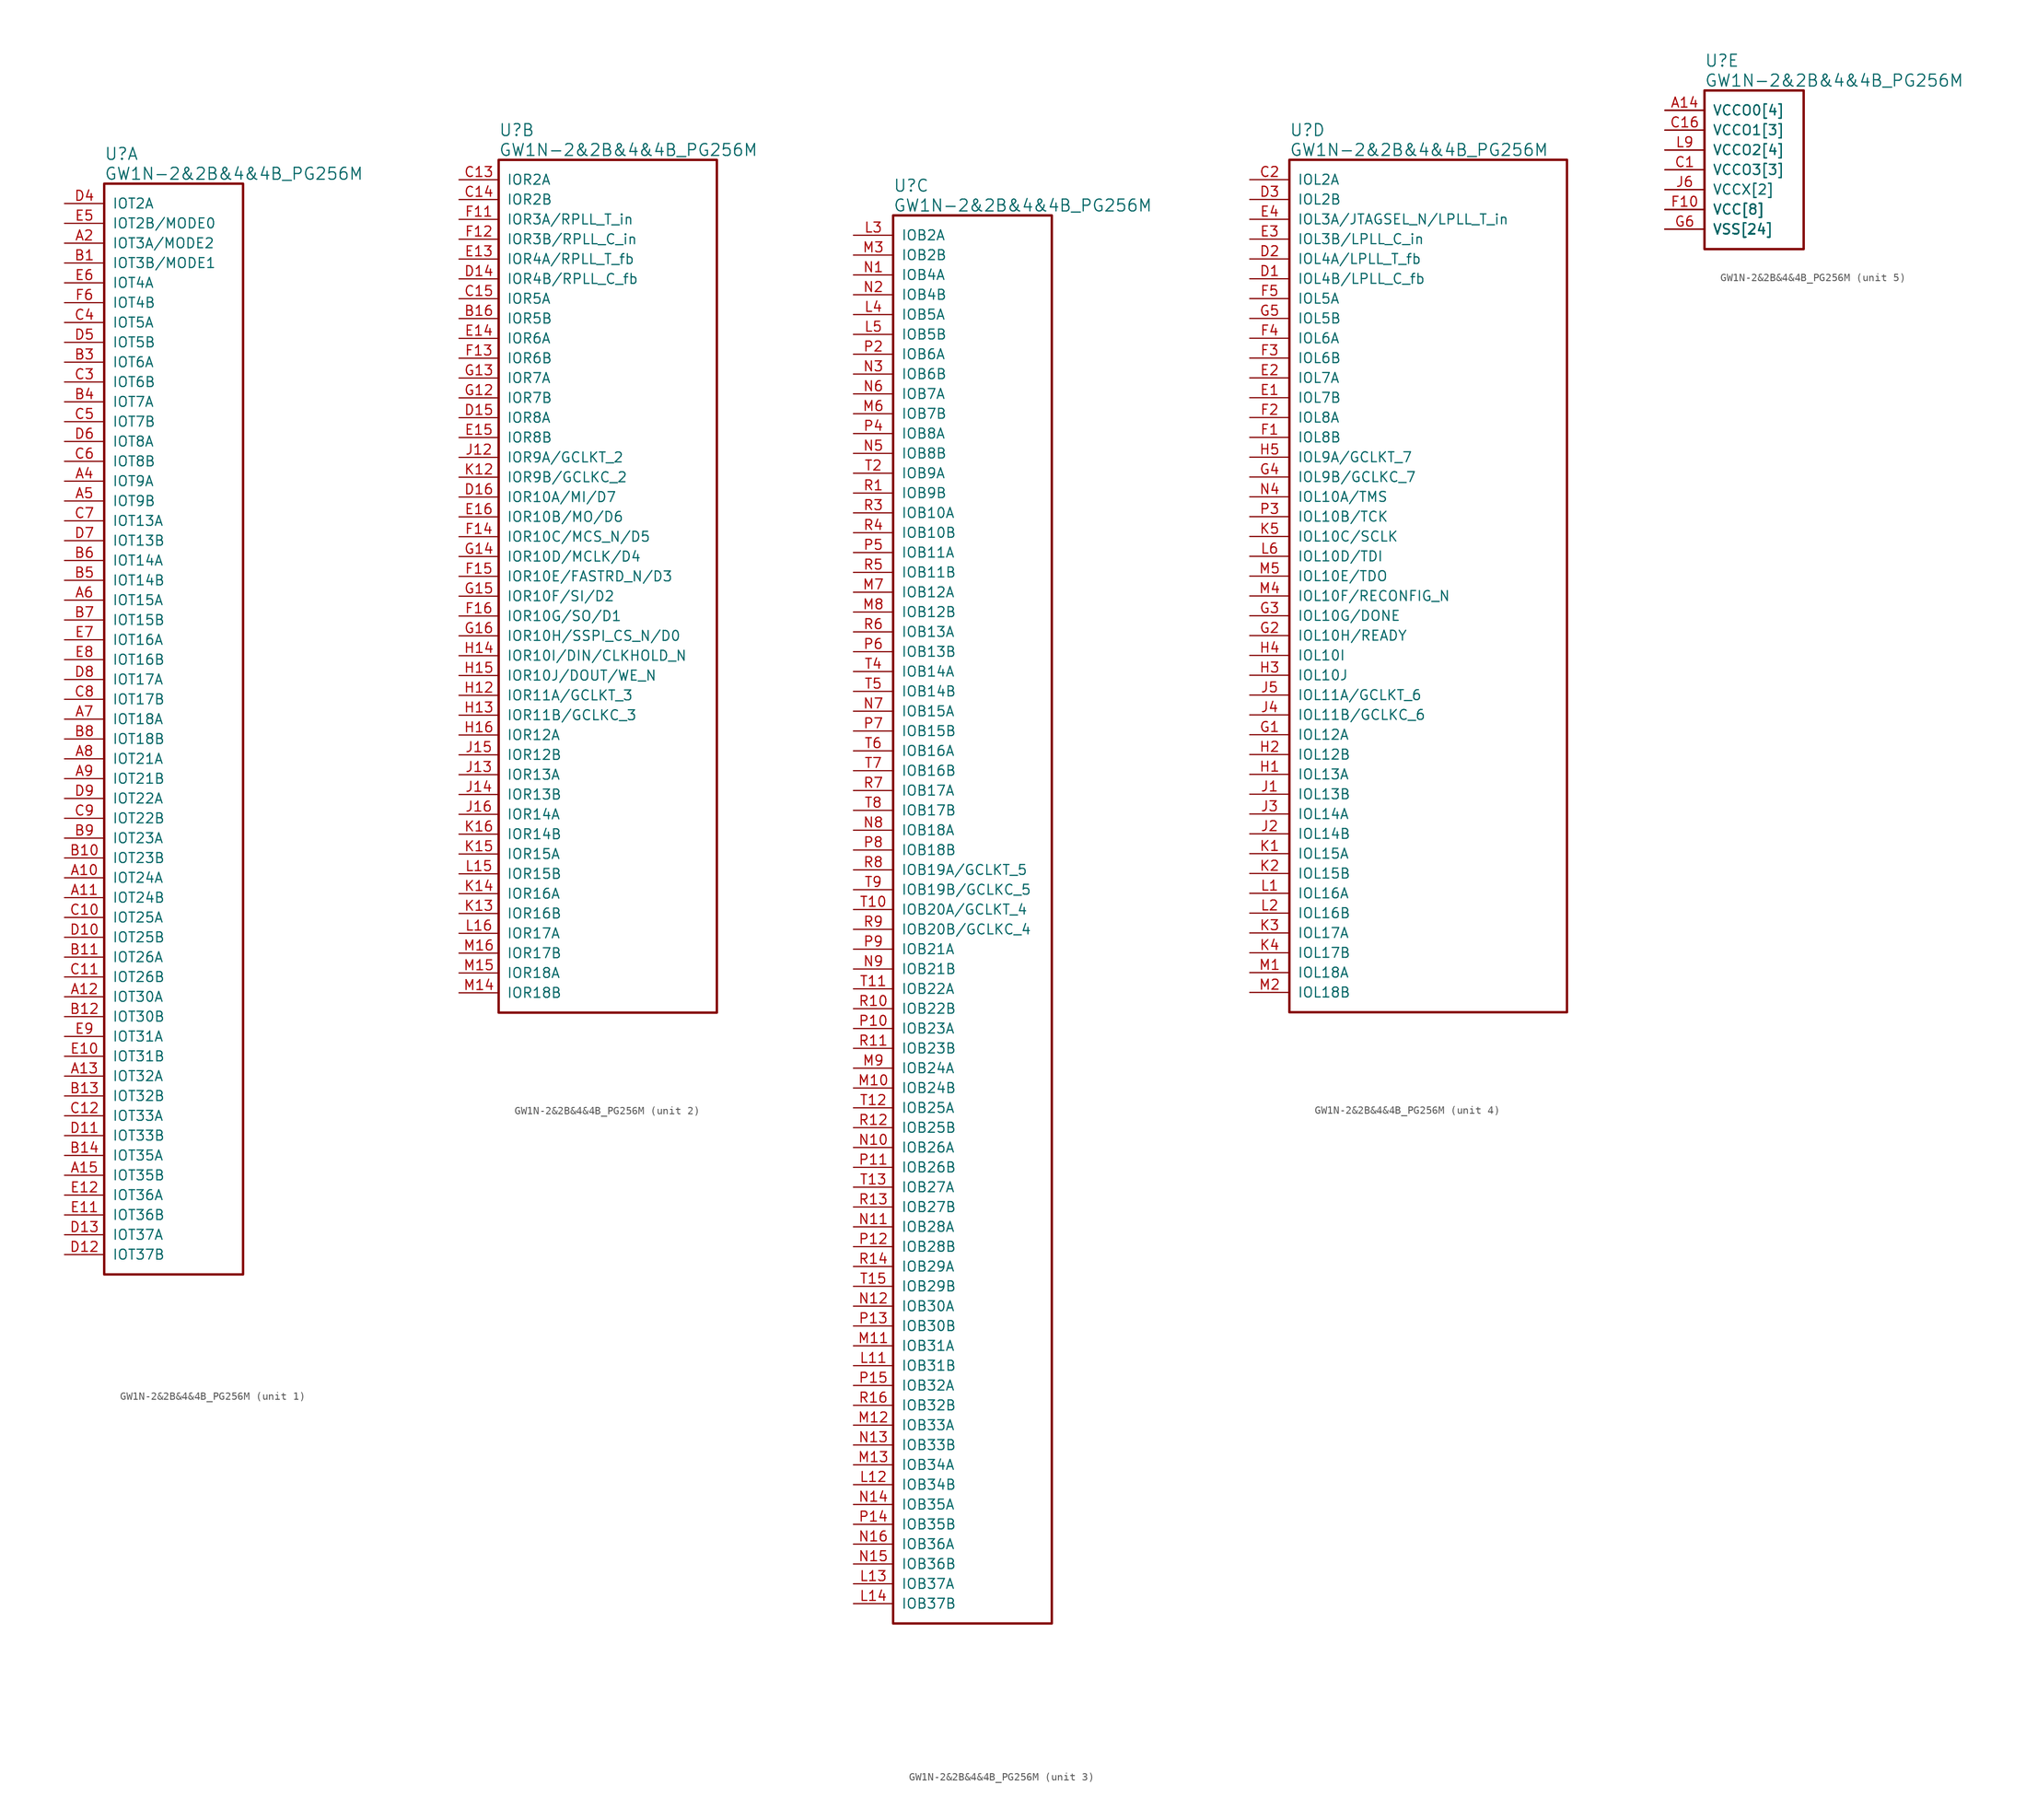
<source format=kicad_sym>
(kicad_symbol_lib
  (version 20211014)
  (generator kicad_symbol_editor)
  (symbol "GW1N-2&2B&4&4B_PG256M"
    (pin_names
      (offset 1.016))
    (property "Reference" "U"
      (at 5.08 6.35 0)
      (effects (font (size 1.524 1.524)) (justify left)))
    (property "Value" "GW1N-2&2B&4&4B_PG256M"
      (at 5.08 3.81 0)
      (effects (font (size 1.524 1.524)) (justify left)))
    (property "ki_locked" ""
      (at 0 0 0)
      (effects (font (size 1.27 1.27))))
    (symbol "GW1N-2&2B&4&4B_PG256M_1_1"
      (rectangle (start 5.08 2.54) (end 22.86 -137.16) (stroke (width 0.305) (type default) (color 0 0 0 0)) (fill (type none)))
      (pin bidirectional line (at 0 -86.36 0) (length 5.08) (name "IOT24A" (effects (font (size 1.27 1.27)))) (number "A10" (effects (font (size 1.27 1.27)))))
      (pin bidirectional line (at 0 -88.9 0) (length 5.08) (name "IOT24B" (effects (font (size 1.27 1.27)))) (number "A11" (effects (font (size 1.27 1.27)))))
      (pin bidirectional line (at 0 -101.6 0) (length 5.08) (name "IOT30A" (effects (font (size 1.27 1.27)))) (number "A12" (effects (font (size 1.27 1.27)))))
      (pin bidirectional line (at 0 -111.76 0) (length 5.08) (name "IOT32A" (effects (font (size 1.27 1.27)))) (number "A13" (effects (font (size 1.27 1.27)))))
      (pin bidirectional line (at 0 -124.46 0) (length 5.08) (name "IOT35B" (effects (font (size 1.27 1.27)))) (number "A15" (effects (font (size 1.27 1.27)))))
      (pin bidirectional line (at 0 -5.08 0) (length 5.08) (name "IOT3A/MODE2" (effects (font (size 1.27 1.27)))) (number "A2" (effects (font (size 1.27 1.27)))))
      (pin bidirectional line (at 0 -35.56 0) (length 5.08) (name "IOT9A" (effects (font (size 1.27 1.27)))) (number "A4" (effects (font (size 1.27 1.27)))))
      (pin bidirectional line (at 0 -38.1 0) (length 5.08) (name "IOT9B" (effects (font (size 1.27 1.27)))) (number "A5" (effects (font (size 1.27 1.27)))))
      (pin bidirectional line (at 0 -50.8 0) (length 5.08) (name "IOT15A" (effects (font (size 1.27 1.27)))) (number "A6" (effects (font (size 1.27 1.27)))))
      (pin bidirectional line (at 0 -66.04 0) (length 5.08) (name "IOT18A" (effects (font (size 1.27 1.27)))) (number "A7" (effects (font (size 1.27 1.27)))))
      (pin bidirectional line (at 0 -71.12 0) (length 5.08) (name "IOT21A" (effects (font (size 1.27 1.27)))) (number "A8" (effects (font (size 1.27 1.27)))))
      (pin bidirectional line (at 0 -73.66 0) (length 5.08) (name "IOT21B" (effects (font (size 1.27 1.27)))) (number "A9" (effects (font (size 1.27 1.27)))))
      (pin bidirectional line (at 0 -7.62 0) (length 5.08) (name "IOT3B/MODE1" (effects (font (size 1.27 1.27)))) (number "B1" (effects (font (size 1.27 1.27)))))
      (pin bidirectional line (at 0 -83.82 0) (length 5.08) (name "IOT23B" (effects (font (size 1.27 1.27)))) (number "B10" (effects (font (size 1.27 1.27)))))
      (pin bidirectional line (at 0 -96.52 0) (length 5.08) (name "IOT26A" (effects (font (size 1.27 1.27)))) (number "B11" (effects (font (size 1.27 1.27)))))
      (pin bidirectional line (at 0 -104.14 0) (length 5.08) (name "IOT30B" (effects (font (size 1.27 1.27)))) (number "B12" (effects (font (size 1.27 1.27)))))
      (pin bidirectional line (at 0 -114.3 0) (length 5.08) (name "IOT32B" (effects (font (size 1.27 1.27)))) (number "B13" (effects (font (size 1.27 1.27)))))
      (pin bidirectional line (at 0 -121.92 0) (length 5.08) (name "IOT35A" (effects (font (size 1.27 1.27)))) (number "B14" (effects (font (size 1.27 1.27)))))
      (pin bidirectional line (at 0 -20.32 0) (length 5.08) (name "IOT6A" (effects (font (size 1.27 1.27)))) (number "B3" (effects (font (size 1.27 1.27)))))
      (pin bidirectional line (at 0 -25.4 0) (length 5.08) (name "IOT7A" (effects (font (size 1.27 1.27)))) (number "B4" (effects (font (size 1.27 1.27)))))
      (pin bidirectional line (at 0 -48.26 0) (length 5.08) (name "IOT14B" (effects (font (size 1.27 1.27)))) (number "B5" (effects (font (size 1.27 1.27)))))
      (pin bidirectional line (at 0 -45.72 0) (length 5.08) (name "IOT14A" (effects (font (size 1.27 1.27)))) (number "B6" (effects (font (size 1.27 1.27)))))
      (pin bidirectional line (at 0 -53.34 0) (length 5.08) (name "IOT15B" (effects (font (size 1.27 1.27)))) (number "B7" (effects (font (size 1.27 1.27)))))
      (pin bidirectional line (at 0 -68.58 0) (length 5.08) (name "IOT18B" (effects (font (size 1.27 1.27)))) (number "B8" (effects (font (size 1.27 1.27)))))
      (pin bidirectional line (at 0 -81.28 0) (length 5.08) (name "IOT23A" (effects (font (size 1.27 1.27)))) (number "B9" (effects (font (size 1.27 1.27)))))
      (pin bidirectional line (at 0 -91.44 0) (length 5.08) (name "IOT25A" (effects (font (size 1.27 1.27)))) (number "C10" (effects (font (size 1.27 1.27)))))
      (pin bidirectional line (at 0 -99.06 0) (length 5.08) (name "IOT26B" (effects (font (size 1.27 1.27)))) (number "C11" (effects (font (size 1.27 1.27)))))
      (pin bidirectional line (at 0 -116.84 0) (length 5.08) (name "IOT33A" (effects (font (size 1.27 1.27)))) (number "C12" (effects (font (size 1.27 1.27)))))
      (pin bidirectional line (at 0 -22.86 0) (length 5.08) (name "IOT6B" (effects (font (size 1.27 1.27)))) (number "C3" (effects (font (size 1.27 1.27)))))
      (pin bidirectional line (at 0 -15.24 0) (length 5.08) (name "IOT5A" (effects (font (size 1.27 1.27)))) (number "C4" (effects (font (size 1.27 1.27)))))
      (pin bidirectional line (at 0 -27.94 0) (length 5.08) (name "IOT7B" (effects (font (size 1.27 1.27)))) (number "C5" (effects (font (size 1.27 1.27)))))
      (pin bidirectional line (at 0 -33.02 0) (length 5.08) (name "IOT8B" (effects (font (size 1.27 1.27)))) (number "C6" (effects (font (size 1.27 1.27)))))
      (pin bidirectional line (at 0 -40.64 0) (length 5.08) (name "IOT13A" (effects (font (size 1.27 1.27)))) (number "C7" (effects (font (size 1.27 1.27)))))
      (pin bidirectional line (at 0 -63.5 0) (length 5.08) (name "IOT17B" (effects (font (size 1.27 1.27)))) (number "C8" (effects (font (size 1.27 1.27)))))
      (pin bidirectional line (at 0 -78.74 0) (length 5.08) (name "IOT22B" (effects (font (size 1.27 1.27)))) (number "C9" (effects (font (size 1.27 1.27)))))
      (pin bidirectional line (at 0 -93.98 0) (length 5.08) (name "IOT25B" (effects (font (size 1.27 1.27)))) (number "D10" (effects (font (size 1.27 1.27)))))
      (pin bidirectional line (at 0 -119.38 0) (length 5.08) (name "IOT33B" (effects (font (size 1.27 1.27)))) (number "D11" (effects (font (size 1.27 1.27)))))
      (pin bidirectional line (at 0 -134.62 0) (length 5.08) (name "IOT37B" (effects (font (size 1.27 1.27)))) (number "D12" (effects (font (size 1.27 1.27)))))
      (pin bidirectional line (at 0 -132.08 0) (length 5.08) (name "IOT37A" (effects (font (size 1.27 1.27)))) (number "D13" (effects (font (size 1.27 1.27)))))
      (pin bidirectional line (at 0 0 0) (length 5.08) (name "IOT2A" (effects (font (size 1.27 1.27)))) (number "D4" (effects (font (size 1.27 1.27)))))
      (pin bidirectional line (at 0 -17.78 0) (length 5.08) (name "IOT5B" (effects (font (size 1.27 1.27)))) (number "D5" (effects (font (size 1.27 1.27)))))
      (pin bidirectional line (at 0 -30.48 0) (length 5.08) (name "IOT8A" (effects (font (size 1.27 1.27)))) (number "D6" (effects (font (size 1.27 1.27)))))
      (pin bidirectional line (at 0 -43.18 0) (length 5.08) (name "IOT13B" (effects (font (size 1.27 1.27)))) (number "D7" (effects (font (size 1.27 1.27)))))
      (pin bidirectional line (at 0 -60.96 0) (length 5.08) (name "IOT17A" (effects (font (size 1.27 1.27)))) (number "D8" (effects (font (size 1.27 1.27)))))
      (pin bidirectional line (at 0 -76.2 0) (length 5.08) (name "IOT22A" (effects (font (size 1.27 1.27)))) (number "D9" (effects (font (size 1.27 1.27)))))
      (pin bidirectional line (at 0 -109.22 0) (length 5.08) (name "IOT31B" (effects (font (size 1.27 1.27)))) (number "E10" (effects (font (size 1.27 1.27)))))
      (pin bidirectional line (at 0 -129.54 0) (length 5.08) (name "IOT36B" (effects (font (size 1.27 1.27)))) (number "E11" (effects (font (size 1.27 1.27)))))
      (pin bidirectional line (at 0 -127 0) (length 5.08) (name "IOT36A" (effects (font (size 1.27 1.27)))) (number "E12" (effects (font (size 1.27 1.27)))))
      (pin bidirectional line (at 0 -2.54 0) (length 5.08) (name "IOT2B/MODE0" (effects (font (size 1.27 1.27)))) (number "E5" (effects (font (size 1.27 1.27)))))
      (pin bidirectional line (at 0 -10.16 0) (length 5.08) (name "IOT4A" (effects (font (size 1.27 1.27)))) (number "E6" (effects (font (size 1.27 1.27)))))
      (pin bidirectional line (at 0 -55.88 0) (length 5.08) (name "IOT16A" (effects (font (size 1.27 1.27)))) (number "E7" (effects (font (size 1.27 1.27)))))
      (pin bidirectional line (at 0 -58.42 0) (length 5.08) (name "IOT16B" (effects (font (size 1.27 1.27)))) (number "E8" (effects (font (size 1.27 1.27)))))
      (pin bidirectional line (at 0 -106.68 0) (length 5.08) (name "IOT31A" (effects (font (size 1.27 1.27)))) (number "E9" (effects (font (size 1.27 1.27)))))
      (pin bidirectional line (at 0 -12.7 0) (length 5.08) (name "IOT4B" (effects (font (size 1.27 1.27)))) (number "F6" (effects (font (size 1.27 1.27))))))
    (symbol "GW1N-2&2B&4&4B_PG256M_2_1"
      (rectangle (start 5.08 2.54) (end 33.02 -106.68) (stroke (width 0.305) (type default) (color 0 0 0 0)) (fill (type none)))
      (pin bidirectional line (at 0 -17.78 0) (length 5.08) (name "IOR5B" (effects (font (size 1.27 1.27)))) (number "B16" (effects (font (size 1.27 1.27)))))
      (pin bidirectional line (at 0 0 0) (length 5.08) (name "IOR2A" (effects (font (size 1.27 1.27)))) (number "C13" (effects (font (size 1.27 1.27)))))
      (pin bidirectional line (at 0 -2.54 0) (length 5.08) (name "IOR2B" (effects (font (size 1.27 1.27)))) (number "C14" (effects (font (size 1.27 1.27)))))
      (pin bidirectional line (at 0 -15.24 0) (length 5.08) (name "IOR5A" (effects (font (size 1.27 1.27)))) (number "C15" (effects (font (size 1.27 1.27)))))
      (pin bidirectional line (at 0 -12.7 0) (length 5.08) (name "IOR4B/RPLL_C_fb" (effects (font (size 1.27 1.27)))) (number "D14" (effects (font (size 1.27 1.27)))))
      (pin bidirectional line (at 0 -30.48 0) (length 5.08) (name "IOR8A" (effects (font (size 1.27 1.27)))) (number "D15" (effects (font (size 1.27 1.27)))))
      (pin bidirectional line (at 0 -40.64 0) (length 5.08) (name "IOR10A/MI/D7" (effects (font (size 1.27 1.27)))) (number "D16" (effects (font (size 1.27 1.27)))))
      (pin bidirectional line (at 0 -10.16 0) (length 5.08) (name "IOR4A/RPLL_T_fb" (effects (font (size 1.27 1.27)))) (number "E13" (effects (font (size 1.27 1.27)))))
      (pin bidirectional line (at 0 -20.32 0) (length 5.08) (name "IOR6A" (effects (font (size 1.27 1.27)))) (number "E14" (effects (font (size 1.27 1.27)))))
      (pin bidirectional line (at 0 -33.02 0) (length 5.08) (name "IOR8B" (effects (font (size 1.27 1.27)))) (number "E15" (effects (font (size 1.27 1.27)))))
      (pin bidirectional line (at 0 -43.18 0) (length 5.08) (name "IOR10B/MO/D6" (effects (font (size 1.27 1.27)))) (number "E16" (effects (font (size 1.27 1.27)))))
      (pin bidirectional line (at 0 -5.08 0) (length 5.08) (name "IOR3A/RPLL_T_in" (effects (font (size 1.27 1.27)))) (number "F11" (effects (font (size 1.27 1.27)))))
      (pin bidirectional line (at 0 -7.62 0) (length 5.08) (name "IOR3B/RPLL_C_in" (effects (font (size 1.27 1.27)))) (number "F12" (effects (font (size 1.27 1.27)))))
      (pin bidirectional line (at 0 -22.86 0) (length 5.08) (name "IOR6B" (effects (font (size 1.27 1.27)))) (number "F13" (effects (font (size 1.27 1.27)))))
      (pin bidirectional line (at 0 -45.72 0) (length 5.08) (name "IOR10C/MCS_N/D5" (effects (font (size 1.27 1.27)))) (number "F14" (effects (font (size 1.27 1.27)))))
      (pin bidirectional line (at 0 -50.8 0) (length 5.08) (name "IOR10E/FASTRD_N/D3" (effects (font (size 1.27 1.27)))) (number "F15" (effects (font (size 1.27 1.27)))))
      (pin bidirectional line (at 0 -55.88 0) (length 5.08) (name "IOR10G/SO/D1" (effects (font (size 1.27 1.27)))) (number "F16" (effects (font (size 1.27 1.27)))))
      (pin bidirectional line (at 0 -27.94 0) (length 5.08) (name "IOR7B" (effects (font (size 1.27 1.27)))) (number "G12" (effects (font (size 1.27 1.27)))))
      (pin bidirectional line (at 0 -25.4 0) (length 5.08) (name "IOR7A" (effects (font (size 1.27 1.27)))) (number "G13" (effects (font (size 1.27 1.27)))))
      (pin bidirectional line (at 0 -48.26 0) (length 5.08) (name "IOR10D/MCLK/D4" (effects (font (size 1.27 1.27)))) (number "G14" (effects (font (size 1.27 1.27)))))
      (pin bidirectional line (at 0 -53.34 0) (length 5.08) (name "IOR10F/SI/D2" (effects (font (size 1.27 1.27)))) (number "G15" (effects (font (size 1.27 1.27)))))
      (pin bidirectional line (at 0 -58.42 0) (length 5.08) (name "IOR10H/SSPI_CS_N/D0" (effects (font (size 1.27 1.27)))) (number "G16" (effects (font (size 1.27 1.27)))))
      (pin bidirectional line (at 0 -66.04 0) (length 5.08) (name "IOR11A/GCLKT_3" (effects (font (size 1.27 1.27)))) (number "H12" (effects (font (size 1.27 1.27)))))
      (pin bidirectional line (at 0 -68.58 0) (length 5.08) (name "IOR11B/GCLKC_3" (effects (font (size 1.27 1.27)))) (number "H13" (effects (font (size 1.27 1.27)))))
      (pin bidirectional line (at 0 -60.96 0) (length 5.08) (name "IOR10I/DIN/CLKHOLD_N" (effects (font (size 1.27 1.27)))) (number "H14" (effects (font (size 1.27 1.27)))))
      (pin bidirectional line (at 0 -63.5 0) (length 5.08) (name "IOR10J/DOUT/WE_N" (effects (font (size 1.27 1.27)))) (number "H15" (effects (font (size 1.27 1.27)))))
      (pin bidirectional line (at 0 -71.12 0) (length 5.08) (name "IOR12A" (effects (font (size 1.27 1.27)))) (number "H16" (effects (font (size 1.27 1.27)))))
      (pin bidirectional line (at 0 -35.56 0) (length 5.08) (name "IOR9A/GCLKT_2" (effects (font (size 1.27 1.27)))) (number "J12" (effects (font (size 1.27 1.27)))))
      (pin bidirectional line (at 0 -76.2 0) (length 5.08) (name "IOR13A" (effects (font (size 1.27 1.27)))) (number "J13" (effects (font (size 1.27 1.27)))))
      (pin bidirectional line (at 0 -78.74 0) (length 5.08) (name "IOR13B" (effects (font (size 1.27 1.27)))) (number "J14" (effects (font (size 1.27 1.27)))))
      (pin bidirectional line (at 0 -73.66 0) (length 5.08) (name "IOR12B" (effects (font (size 1.27 1.27)))) (number "J15" (effects (font (size 1.27 1.27)))))
      (pin bidirectional line (at 0 -81.28 0) (length 5.08) (name "IOR14A" (effects (font (size 1.27 1.27)))) (number "J16" (effects (font (size 1.27 1.27)))))
      (pin bidirectional line (at 0 -38.1 0) (length 5.08) (name "IOR9B/GCLKC_2" (effects (font (size 1.27 1.27)))) (number "K12" (effects (font (size 1.27 1.27)))))
      (pin bidirectional line (at 0 -93.98 0) (length 5.08) (name "IOR16B" (effects (font (size 1.27 1.27)))) (number "K13" (effects (font (size 1.27 1.27)))))
      (pin bidirectional line (at 0 -91.44 0) (length 5.08) (name "IOR16A" (effects (font (size 1.27 1.27)))) (number "K14" (effects (font (size 1.27 1.27)))))
      (pin bidirectional line (at 0 -86.36 0) (length 5.08) (name "IOR15A" (effects (font (size 1.27 1.27)))) (number "K15" (effects (font (size 1.27 1.27)))))
      (pin bidirectional line (at 0 -83.82 0) (length 5.08) (name "IOR14B" (effects (font (size 1.27 1.27)))) (number "K16" (effects (font (size 1.27 1.27)))))
      (pin bidirectional line (at 0 -88.9 0) (length 5.08) (name "IOR15B" (effects (font (size 1.27 1.27)))) (number "L15" (effects (font (size 1.27 1.27)))))
      (pin bidirectional line (at 0 -96.52 0) (length 5.08) (name "IOR17A" (effects (font (size 1.27 1.27)))) (number "L16" (effects (font (size 1.27 1.27)))))
      (pin bidirectional line (at 0 -104.14 0) (length 5.08) (name "IOR18B" (effects (font (size 1.27 1.27)))) (number "M14" (effects (font (size 1.27 1.27)))))
      (pin bidirectional line (at 0 -101.6 0) (length 5.08) (name "IOR18A" (effects (font (size 1.27 1.27)))) (number "M15" (effects (font (size 1.27 1.27)))))
      (pin bidirectional line (at 0 -99.06 0) (length 5.08) (name "IOR17B" (effects (font (size 1.27 1.27)))) (number "M16" (effects (font (size 1.27 1.27))))))
    (symbol "GW1N-2&2B&4&4B_PG256M_3_1"
      (rectangle (start 5.08 2.54) (end 25.4 -177.8) (stroke (width 0.305) (type default) (color 0 0 0 0)) (fill (type none)))
      (pin bidirectional line (at 0 -144.78 0) (length 5.08) (name "IOB31B" (effects (font (size 1.27 1.27)))) (number "L11" (effects (font (size 1.27 1.27)))))
      (pin bidirectional line (at 0 -160.02 0) (length 5.08) (name "IOB34B" (effects (font (size 1.27 1.27)))) (number "L12" (effects (font (size 1.27 1.27)))))
      (pin bidirectional line (at 0 -172.72 0) (length 5.08) (name "IOB37A" (effects (font (size 1.27 1.27)))) (number "L13" (effects (font (size 1.27 1.27)))))
      (pin bidirectional line (at 0 -175.26 0) (length 5.08) (name "IOB37B" (effects (font (size 1.27 1.27)))) (number "L14" (effects (font (size 1.27 1.27)))))
      (pin bidirectional line (at 0 0 0) (length 5.08) (name "IOB2A" (effects (font (size 1.27 1.27)))) (number "L3" (effects (font (size 1.27 1.27)))))
      (pin bidirectional line (at 0 -10.16 0) (length 5.08) (name "IOB5A" (effects (font (size 1.27 1.27)))) (number "L4" (effects (font (size 1.27 1.27)))))
      (pin bidirectional line (at 0 -12.7 0) (length 5.08) (name "IOB5B" (effects (font (size 1.27 1.27)))) (number "L5" (effects (font (size 1.27 1.27)))))
      (pin bidirectional line (at 0 -109.22 0) (length 5.08) (name "IOB24B" (effects (font (size 1.27 1.27)))) (number "M10" (effects (font (size 1.27 1.27)))))
      (pin bidirectional line (at 0 -142.24 0) (length 5.08) (name "IOB31A" (effects (font (size 1.27 1.27)))) (number "M11" (effects (font (size 1.27 1.27)))))
      (pin bidirectional line (at 0 -152.4 0) (length 5.08) (name "IOB33A" (effects (font (size 1.27 1.27)))) (number "M12" (effects (font (size 1.27 1.27)))))
      (pin bidirectional line (at 0 -157.48 0) (length 5.08) (name "IOB34A" (effects (font (size 1.27 1.27)))) (number "M13" (effects (font (size 1.27 1.27)))))
      (pin bidirectional line (at 0 -2.54 0) (length 5.08) (name "IOB2B" (effects (font (size 1.27 1.27)))) (number "M3" (effects (font (size 1.27 1.27)))))
      (pin bidirectional line (at 0 -22.86 0) (length 5.08) (name "IOB7B" (effects (font (size 1.27 1.27)))) (number "M6" (effects (font (size 1.27 1.27)))))
      (pin bidirectional line (at 0 -45.72 0) (length 5.08) (name "IOB12A" (effects (font (size 1.27 1.27)))) (number "M7" (effects (font (size 1.27 1.27)))))
      (pin bidirectional line (at 0 -48.26 0) (length 5.08) (name "IOB12B" (effects (font (size 1.27 1.27)))) (number "M8" (effects (font (size 1.27 1.27)))))
      (pin bidirectional line (at 0 -106.68 0) (length 5.08) (name "IOB24A" (effects (font (size 1.27 1.27)))) (number "M9" (effects (font (size 1.27 1.27)))))
      (pin bidirectional line (at 0 -5.08 0) (length 5.08) (name "IOB4A" (effects (font (size 1.27 1.27)))) (number "N1" (effects (font (size 1.27 1.27)))))
      (pin bidirectional line (at 0 -116.84 0) (length 5.08) (name "IOB26A" (effects (font (size 1.27 1.27)))) (number "N10" (effects (font (size 1.27 1.27)))))
      (pin bidirectional line (at 0 -127 0) (length 5.08) (name "IOB28A" (effects (font (size 1.27 1.27)))) (number "N11" (effects (font (size 1.27 1.27)))))
      (pin bidirectional line (at 0 -137.16 0) (length 5.08) (name "IOB30A" (effects (font (size 1.27 1.27)))) (number "N12" (effects (font (size 1.27 1.27)))))
      (pin bidirectional line (at 0 -154.94 0) (length 5.08) (name "IOB33B" (effects (font (size 1.27 1.27)))) (number "N13" (effects (font (size 1.27 1.27)))))
      (pin bidirectional line (at 0 -162.56 0) (length 5.08) (name "IOB35A" (effects (font (size 1.27 1.27)))) (number "N14" (effects (font (size 1.27 1.27)))))
      (pin bidirectional line (at 0 -170.18 0) (length 5.08) (name "IOB36B" (effects (font (size 1.27 1.27)))) (number "N15" (effects (font (size 1.27 1.27)))))
      (pin bidirectional line (at 0 -167.64 0) (length 5.08) (name "IOB36A" (effects (font (size 1.27 1.27)))) (number "N16" (effects (font (size 1.27 1.27)))))
      (pin bidirectional line (at 0 -7.62 0) (length 5.08) (name "IOB4B" (effects (font (size 1.27 1.27)))) (number "N2" (effects (font (size 1.27 1.27)))))
      (pin bidirectional line (at 0 -17.78 0) (length 5.08) (name "IOB6B" (effects (font (size 1.27 1.27)))) (number "N3" (effects (font (size 1.27 1.27)))))
      (pin bidirectional line (at 0 -27.94 0) (length 5.08) (name "IOB8B" (effects (font (size 1.27 1.27)))) (number "N5" (effects (font (size 1.27 1.27)))))
      (pin bidirectional line (at 0 -20.32 0) (length 5.08) (name "IOB7A" (effects (font (size 1.27 1.27)))) (number "N6" (effects (font (size 1.27 1.27)))))
      (pin bidirectional line (at 0 -60.96 0) (length 5.08) (name "IOB15A" (effects (font (size 1.27 1.27)))) (number "N7" (effects (font (size 1.27 1.27)))))
      (pin bidirectional line (at 0 -76.2 0) (length 5.08) (name "IOB18A" (effects (font (size 1.27 1.27)))) (number "N8" (effects (font (size 1.27 1.27)))))
      (pin bidirectional line (at 0 -93.98 0) (length 5.08) (name "IOB21B" (effects (font (size 1.27 1.27)))) (number "N9" (effects (font (size 1.27 1.27)))))
      (pin bidirectional line (at 0 -101.6 0) (length 5.08) (name "IOB23A" (effects (font (size 1.27 1.27)))) (number "P10" (effects (font (size 1.27 1.27)))))
      (pin bidirectional line (at 0 -119.38 0) (length 5.08) (name "IOB26B" (effects (font (size 1.27 1.27)))) (number "P11" (effects (font (size 1.27 1.27)))))
      (pin bidirectional line (at 0 -129.54 0) (length 5.08) (name "IOB28B" (effects (font (size 1.27 1.27)))) (number "P12" (effects (font (size 1.27 1.27)))))
      (pin bidirectional line (at 0 -139.7 0) (length 5.08) (name "IOB30B" (effects (font (size 1.27 1.27)))) (number "P13" (effects (font (size 1.27 1.27)))))
      (pin bidirectional line (at 0 -165.1 0) (length 5.08) (name "IOB35B" (effects (font (size 1.27 1.27)))) (number "P14" (effects (font (size 1.27 1.27)))))
      (pin bidirectional line (at 0 -147.32 0) (length 5.08) (name "IOB32A" (effects (font (size 1.27 1.27)))) (number "P15" (effects (font (size 1.27 1.27)))))
      (pin bidirectional line (at 0 -15.24 0) (length 5.08) (name "IOB6A" (effects (font (size 1.27 1.27)))) (number "P2" (effects (font (size 1.27 1.27)))))
      (pin bidirectional line (at 0 -25.4 0) (length 5.08) (name "IOB8A" (effects (font (size 1.27 1.27)))) (number "P4" (effects (font (size 1.27 1.27)))))
      (pin bidirectional line (at 0 -40.64 0) (length 5.08) (name "IOB11A" (effects (font (size 1.27 1.27)))) (number "P5" (effects (font (size 1.27 1.27)))))
      (pin bidirectional line (at 0 -53.34 0) (length 5.08) (name "IOB13B" (effects (font (size 1.27 1.27)))) (number "P6" (effects (font (size 1.27 1.27)))))
      (pin bidirectional line (at 0 -63.5 0) (length 5.08) (name "IOB15B" (effects (font (size 1.27 1.27)))) (number "P7" (effects (font (size 1.27 1.27)))))
      (pin bidirectional line (at 0 -78.74 0) (length 5.08) (name "IOB18B" (effects (font (size 1.27 1.27)))) (number "P8" (effects (font (size 1.27 1.27)))))
      (pin bidirectional line (at 0 -91.44 0) (length 5.08) (name "IOB21A" (effects (font (size 1.27 1.27)))) (number "P9" (effects (font (size 1.27 1.27)))))
      (pin bidirectional line (at 0 -33.02 0) (length 5.08) (name "IOB9B" (effects (font (size 1.27 1.27)))) (number "R1" (effects (font (size 1.27 1.27)))))
      (pin bidirectional line (at 0 -99.06 0) (length 5.08) (name "IOB22B" (effects (font (size 1.27 1.27)))) (number "R10" (effects (font (size 1.27 1.27)))))
      (pin bidirectional line (at 0 -104.14 0) (length 5.08) (name "IOB23B" (effects (font (size 1.27 1.27)))) (number "R11" (effects (font (size 1.27 1.27)))))
      (pin bidirectional line (at 0 -114.3 0) (length 5.08) (name "IOB25B" (effects (font (size 1.27 1.27)))) (number "R12" (effects (font (size 1.27 1.27)))))
      (pin bidirectional line (at 0 -124.46 0) (length 5.08) (name "IOB27B" (effects (font (size 1.27 1.27)))) (number "R13" (effects (font (size 1.27 1.27)))))
      (pin bidirectional line (at 0 -132.08 0) (length 5.08) (name "IOB29A" (effects (font (size 1.27 1.27)))) (number "R14" (effects (font (size 1.27 1.27)))))
      (pin bidirectional line (at 0 -149.86 0) (length 5.08) (name "IOB32B" (effects (font (size 1.27 1.27)))) (number "R16" (effects (font (size 1.27 1.27)))))
      (pin bidirectional line (at 0 -35.56 0) (length 5.08) (name "IOB10A" (effects (font (size 1.27 1.27)))) (number "R3" (effects (font (size 1.27 1.27)))))
      (pin bidirectional line (at 0 -38.1 0) (length 5.08) (name "IOB10B" (effects (font (size 1.27 1.27)))) (number "R4" (effects (font (size 1.27 1.27)))))
      (pin bidirectional line (at 0 -43.18 0) (length 5.08) (name "IOB11B" (effects (font (size 1.27 1.27)))) (number "R5" (effects (font (size 1.27 1.27)))))
      (pin bidirectional line (at 0 -50.8 0) (length 5.08) (name "IOB13A" (effects (font (size 1.27 1.27)))) (number "R6" (effects (font (size 1.27 1.27)))))
      (pin bidirectional line (at 0 -71.12 0) (length 5.08) (name "IOB17A" (effects (font (size 1.27 1.27)))) (number "R7" (effects (font (size 1.27 1.27)))))
      (pin bidirectional line (at 0 -81.28 0) (length 5.08) (name "IOB19A/GCLKT_5" (effects (font (size 1.27 1.27)))) (number "R8" (effects (font (size 1.27 1.27)))))
      (pin bidirectional line (at 0 -88.9 0) (length 5.08) (name "IOB20B/GCLKC_4" (effects (font (size 1.27 1.27)))) (number "R9" (effects (font (size 1.27 1.27)))))
      (pin bidirectional line (at 0 -86.36 0) (length 5.08) (name "IOB20A/GCLKT_4" (effects (font (size 1.27 1.27)))) (number "T10" (effects (font (size 1.27 1.27)))))
      (pin bidirectional line (at 0 -96.52 0) (length 5.08) (name "IOB22A" (effects (font (size 1.27 1.27)))) (number "T11" (effects (font (size 1.27 1.27)))))
      (pin bidirectional line (at 0 -111.76 0) (length 5.08) (name "IOB25A" (effects (font (size 1.27 1.27)))) (number "T12" (effects (font (size 1.27 1.27)))))
      (pin bidirectional line (at 0 -121.92 0) (length 5.08) (name "IOB27A" (effects (font (size 1.27 1.27)))) (number "T13" (effects (font (size 1.27 1.27)))))
      (pin bidirectional line (at 0 -134.62 0) (length 5.08) (name "IOB29B" (effects (font (size 1.27 1.27)))) (number "T15" (effects (font (size 1.27 1.27)))))
      (pin bidirectional line (at 0 -30.48 0) (length 5.08) (name "IOB9A" (effects (font (size 1.27 1.27)))) (number "T2" (effects (font (size 1.27 1.27)))))
      (pin bidirectional line (at 0 -55.88 0) (length 5.08) (name "IOB14A" (effects (font (size 1.27 1.27)))) (number "T4" (effects (font (size 1.27 1.27)))))
      (pin bidirectional line (at 0 -58.42 0) (length 5.08) (name "IOB14B" (effects (font (size 1.27 1.27)))) (number "T5" (effects (font (size 1.27 1.27)))))
      (pin bidirectional line (at 0 -66.04 0) (length 5.08) (name "IOB16A" (effects (font (size 1.27 1.27)))) (number "T6" (effects (font (size 1.27 1.27)))))
      (pin bidirectional line (at 0 -68.58 0) (length 5.08) (name "IOB16B" (effects (font (size 1.27 1.27)))) (number "T7" (effects (font (size 1.27 1.27)))))
      (pin bidirectional line (at 0 -73.66 0) (length 5.08) (name "IOB17B" (effects (font (size 1.27 1.27)))) (number "T8" (effects (font (size 1.27 1.27)))))
      (pin bidirectional line (at 0 -83.82 0) (length 5.08) (name "IOB19B/GCLKC_5" (effects (font (size 1.27 1.27)))) (number "T9" (effects (font (size 1.27 1.27))))))
    (symbol "GW1N-2&2B&4&4B_PG256M_4_1"
      (rectangle (start 5.08 2.54) (end 40.64 -106.68) (stroke (width 0.305) (type default) (color 0 0 0 0)) (fill (type none)))
      (pin bidirectional line (at 0 0 0) (length 5.08) (name "IOL2A" (effects (font (size 1.27 1.27)))) (number "C2" (effects (font (size 1.27 1.27)))))
      (pin bidirectional line (at 0 -12.7 0) (length 5.08) (name "IOL4B/LPLL_C_fb" (effects (font (size 1.27 1.27)))) (number "D1" (effects (font (size 1.27 1.27)))))
      (pin bidirectional line (at 0 -10.16 0) (length 5.08) (name "IOL4A/LPLL_T_fb" (effects (font (size 1.27 1.27)))) (number "D2" (effects (font (size 1.27 1.27)))))
      (pin bidirectional line (at 0 -2.54 0) (length 5.08) (name "IOL2B" (effects (font (size 1.27 1.27)))) (number "D3" (effects (font (size 1.27 1.27)))))
      (pin bidirectional line (at 0 -27.94 0) (length 5.08) (name "IOL7B" (effects (font (size 1.27 1.27)))) (number "E1" (effects (font (size 1.27 1.27)))))
      (pin bidirectional line (at 0 -25.4 0) (length 5.08) (name "IOL7A" (effects (font (size 1.27 1.27)))) (number "E2" (effects (font (size 1.27 1.27)))))
      (pin bidirectional line (at 0 -7.62 0) (length 5.08) (name "IOL3B/LPLL_C_in" (effects (font (size 1.27 1.27)))) (number "E3" (effects (font (size 1.27 1.27)))))
      (pin bidirectional line (at 0 -5.08 0) (length 5.08) (name "IOL3A/JTAGSEL_N/LPLL_T_in" (effects (font (size 1.27 1.27)))) (number "E4" (effects (font (size 1.27 1.27)))))
      (pin bidirectional line (at 0 -33.02 0) (length 5.08) (name "IOL8B" (effects (font (size 1.27 1.27)))) (number "F1" (effects (font (size 1.27 1.27)))))
      (pin bidirectional line (at 0 -30.48 0) (length 5.08) (name "IOL8A" (effects (font (size 1.27 1.27)))) (number "F2" (effects (font (size 1.27 1.27)))))
      (pin bidirectional line (at 0 -22.86 0) (length 5.08) (name "IOL6B" (effects (font (size 1.27 1.27)))) (number "F3" (effects (font (size 1.27 1.27)))))
      (pin bidirectional line (at 0 -20.32 0) (length 5.08) (name "IOL6A" (effects (font (size 1.27 1.27)))) (number "F4" (effects (font (size 1.27 1.27)))))
      (pin bidirectional line (at 0 -15.24 0) (length 5.08) (name "IOL5A" (effects (font (size 1.27 1.27)))) (number "F5" (effects (font (size 1.27 1.27)))))
      (pin bidirectional line (at 0 -71.12 0) (length 5.08) (name "IOL12A" (effects (font (size 1.27 1.27)))) (number "G1" (effects (font (size 1.27 1.27)))))
      (pin bidirectional line (at 0 -58.42 0) (length 5.08) (name "IOL10H/READY" (effects (font (size 1.27 1.27)))) (number "G2" (effects (font (size 1.27 1.27)))))
      (pin bidirectional line (at 0 -55.88 0) (length 5.08) (name "IOL10G/DONE" (effects (font (size 1.27 1.27)))) (number "G3" (effects (font (size 1.27 1.27)))))
      (pin bidirectional line (at 0 -38.1 0) (length 5.08) (name "IOL9B/GCLKC_7" (effects (font (size 1.27 1.27)))) (number "G4" (effects (font (size 1.27 1.27)))))
      (pin bidirectional line (at 0 -17.78 0) (length 5.08) (name "IOL5B" (effects (font (size 1.27 1.27)))) (number "G5" (effects (font (size 1.27 1.27)))))
      (pin bidirectional line (at 0 -76.2 0) (length 5.08) (name "IOL13A" (effects (font (size 1.27 1.27)))) (number "H1" (effects (font (size 1.27 1.27)))))
      (pin bidirectional line (at 0 -73.66 0) (length 5.08) (name "IOL12B" (effects (font (size 1.27 1.27)))) (number "H2" (effects (font (size 1.27 1.27)))))
      (pin bidirectional line (at 0 -63.5 0) (length 5.08) (name "IOL10J" (effects (font (size 1.27 1.27)))) (number "H3" (effects (font (size 1.27 1.27)))))
      (pin bidirectional line (at 0 -60.96 0) (length 5.08) (name "IOL10I" (effects (font (size 1.27 1.27)))) (number "H4" (effects (font (size 1.27 1.27)))))
      (pin bidirectional line (at 0 -35.56 0) (length 5.08) (name "IOL9A/GCLKT_7" (effects (font (size 1.27 1.27)))) (number "H5" (effects (font (size 1.27 1.27)))))
      (pin bidirectional line (at 0 -78.74 0) (length 5.08) (name "IOL13B" (effects (font (size 1.27 1.27)))) (number "J1" (effects (font (size 1.27 1.27)))))
      (pin bidirectional line (at 0 -83.82 0) (length 5.08) (name "IOL14B" (effects (font (size 1.27 1.27)))) (number "J2" (effects (font (size 1.27 1.27)))))
      (pin bidirectional line (at 0 -81.28 0) (length 5.08) (name "IOL14A" (effects (font (size 1.27 1.27)))) (number "J3" (effects (font (size 1.27 1.27)))))
      (pin bidirectional line (at 0 -68.58 0) (length 5.08) (name "IOL11B/GCLKC_6" (effects (font (size 1.27 1.27)))) (number "J4" (effects (font (size 1.27 1.27)))))
      (pin bidirectional line (at 0 -66.04 0) (length 5.08) (name "IOL11A/GCLKT_6" (effects (font (size 1.27 1.27)))) (number "J5" (effects (font (size 1.27 1.27)))))
      (pin bidirectional line (at 0 -86.36 0) (length 5.08) (name "IOL15A" (effects (font (size 1.27 1.27)))) (number "K1" (effects (font (size 1.27 1.27)))))
      (pin bidirectional line (at 0 -88.9 0) (length 5.08) (name "IOL15B" (effects (font (size 1.27 1.27)))) (number "K2" (effects (font (size 1.27 1.27)))))
      (pin bidirectional line (at 0 -96.52 0) (length 5.08) (name "IOL17A" (effects (font (size 1.27 1.27)))) (number "K3" (effects (font (size 1.27 1.27)))))
      (pin bidirectional line (at 0 -99.06 0) (length 5.08) (name "IOL17B" (effects (font (size 1.27 1.27)))) (number "K4" (effects (font (size 1.27 1.27)))))
      (pin bidirectional line (at 0 -45.72 0) (length 5.08) (name "IOL10C/SCLK" (effects (font (size 1.27 1.27)))) (number "K5" (effects (font (size 1.27 1.27)))))
      (pin bidirectional line (at 0 -91.44 0) (length 5.08) (name "IOL16A" (effects (font (size 1.27 1.27)))) (number "L1" (effects (font (size 1.27 1.27)))))
      (pin bidirectional line (at 0 -93.98 0) (length 5.08) (name "IOL16B" (effects (font (size 1.27 1.27)))) (number "L2" (effects (font (size 1.27 1.27)))))
      (pin bidirectional line (at 0 -48.26 0) (length 5.08) (name "IOL10D/TDI" (effects (font (size 1.27 1.27)))) (number "L6" (effects (font (size 1.27 1.27)))))
      (pin bidirectional line (at 0 -101.6 0) (length 5.08) (name "IOL18A" (effects (font (size 1.27 1.27)))) (number "M1" (effects (font (size 1.27 1.27)))))
      (pin bidirectional line (at 0 -104.14 0) (length 5.08) (name "IOL18B" (effects (font (size 1.27 1.27)))) (number "M2" (effects (font (size 1.27 1.27)))))
      (pin bidirectional line (at 0 -53.34 0) (length 5.08) (name "IOL10F/RECONFIG_N" (effects (font (size 1.27 1.27)))) (number "M4" (effects (font (size 1.27 1.27)))))
      (pin bidirectional line (at 0 -50.8 0) (length 5.08) (name "IOL10E/TDO" (effects (font (size 1.27 1.27)))) (number "M5" (effects (font (size 1.27 1.27)))))
      (pin bidirectional line (at 0 -40.64 0) (length 5.08) (name "IOL10A/TMS" (effects (font (size 1.27 1.27)))) (number "N4" (effects (font (size 1.27 1.27)))))
      (pin bidirectional line (at 0 -43.18 0) (length 5.08) (name "IOL10B/TCK" (effects (font (size 1.27 1.27)))) (number "P3" (effects (font (size 1.27 1.27))))))
    (symbol "GW1N-2&2B&4&4B_PG256M_5_1"
      (rectangle (start 5.08 2.54) (end 17.78 -17.78) (stroke (width 0.305) (type default) (color 0 0 0 0)) (fill (type none)))
      (pin power_in line (at 0 -15.24 0) (length 5.08) (name "VSS[24]" (effects (font (size 1.27 1.27)))) (number "A1" (effects (font (size 0 0)))))
      (pin power_in line (at 0 0 0) (length 5.08) (name "VCCO0[4]" (effects (font (size 1.27 1.27)))) (number "A14" (effects (font (size 1.27 1.27)))))
      (pin power_in line (at 0 -15.24 0) (length 5.08) (name "VSS[24]" (effects (font (size 1.27 1.27)))) (number "A16" (effects (font (size 0 0)))))
      (pin power_in line (at 0 0 0) (length 5.08) (name "VCCO0[4]" (effects (font (size 1.27 1.27)))) (number "A3" (effects (font (size 0 0)))))
      (pin power_in line (at 0 -15.24 0) (length 5.08) (name "VSS[24]" (effects (font (size 1.27 1.27)))) (number "B15" (effects (font (size 0 0)))))
      (pin power_in line (at 0 -15.24 0) (length 5.08) (name "VSS[24]" (effects (font (size 1.27 1.27)))) (number "B2" (effects (font (size 0 0)))))
      (pin power_in line (at 0 -7.62 0) (length 5.08) (name "VCCO3[3]" (effects (font (size 1.27 1.27)))) (number "C1" (effects (font (size 1.27 1.27)))))
      (pin power_in line (at 0 -2.54 0) (length 5.08) (name "VCCO1[3]" (effects (font (size 1.27 1.27)))) (number "C16" (effects (font (size 1.27 1.27)))))
      (pin power_in line (at 0 -12.7 0) (length 5.08) (name "VCC[8]" (effects (font (size 1.27 1.27)))) (number "F10" (effects (font (size 1.27 1.27)))))
      (pin power_in line (at 0 -15.24 0) (length 5.08) (name "VSS[24]" (effects (font (size 1.27 1.27)))) (number "F7" (effects (font (size 0 0)))))
      (pin power_in line (at 0 0 0) (length 5.08) (name "VCCO0[4]" (effects (font (size 1.27 1.27)))) (number "F8" (effects (font (size 0 0)))))
      (pin power_in line (at 0 0 0) (length 5.08) (name "VCCO0[4]" (effects (font (size 1.27 1.27)))) (number "F9" (effects (font (size 0 0)))))
      (pin power_in line (at 0 -15.24 0) (length 5.08) (name "VSS[24]" (effects (font (size 1.27 1.27)))) (number "G10" (effects (font (size 0 0)))))
      (pin power_in line (at 0 -12.7 0) (length 5.08) (name "VCC[8]" (effects (font (size 1.27 1.27)))) (number "G11" (effects (font (size 0 0)))))
      (pin power_in line (at 0 -15.24 0) (length 5.08) (name "VSS[24]" (effects (font (size 1.27 1.27)))) (number "G6" (effects (font (size 1.27 1.27)))))
      (pin power_in line (at 0 -15.24 0) (length 5.08) (name "VSS[24]" (effects (font (size 1.27 1.27)))) (number "G7" (effects (font (size 0 0)))))
      (pin power_in line (at 0 -15.24 0) (length 5.08) (name "VSS[24]" (effects (font (size 1.27 1.27)))) (number "G8" (effects (font (size 0 0)))))
      (pin power_in line (at 0 -15.24 0) (length 5.08) (name "VSS[24]" (effects (font (size 1.27 1.27)))) (number "G9" (effects (font (size 0 0)))))
      (pin power_in line (at 0 -12.7 0) (length 5.08) (name "VCC[8]" (effects (font (size 1.27 1.27)))) (number "H10" (effects (font (size 0 0)))))
      (pin power_in line (at 0 -10.16 0) (length 5.08) (name "VCCX[2]" (effects (font (size 1.27 1.27)))) (number "H11" (effects (font (size 0 0)))))
      (pin power_in line (at 0 -7.62 0) (length 5.08) (name "VCCO3[3]" (effects (font (size 1.27 1.27)))) (number "H6" (effects (font (size 0 0)))))
      (pin power_in line (at 0 -15.24 0) (length 5.08) (name "VSS[24]" (effects (font (size 1.27 1.27)))) (number "H7" (effects (font (size 0 0)))))
      (pin power_in line (at 0 -12.7 0) (length 5.08) (name "VCC[8]" (effects (font (size 1.27 1.27)))) (number "H8" (effects (font (size 0 0)))))
      (pin power_in line (at 0 -15.24 0) (length 5.08) (name "VSS[24]" (effects (font (size 1.27 1.27)))) (number "H9" (effects (font (size 0 0)))))
      (pin power_in line (at 0 -15.24 0) (length 5.08) (name "VSS[24]" (effects (font (size 1.27 1.27)))) (number "J10" (effects (font (size 0 0)))))
      (pin power_in line (at 0 -2.54 0) (length 5.08) (name "VCCO1[3]" (effects (font (size 1.27 1.27)))) (number "J11" (effects (font (size 0 0)))))
      (pin power_in line (at 0 -10.16 0) (length 5.08) (name "VCCX[2]" (effects (font (size 1.27 1.27)))) (number "J6" (effects (font (size 1.27 1.27)))))
      (pin power_in line (at 0 -12.7 0) (length 5.08) (name "VCC[8]" (effects (font (size 1.27 1.27)))) (number "J7" (effects (font (size 0 0)))))
      (pin power_in line (at 0 -15.24 0) (length 5.08) (name "VSS[24]" (effects (font (size 1.27 1.27)))) (number "J8" (effects (font (size 0 0)))))
      (pin power_in line (at 0 -12.7 0) (length 5.08) (name "VCC[8]" (effects (font (size 1.27 1.27)))) (number "J9" (effects (font (size 0 0)))))
      (pin power_in line (at 0 -15.24 0) (length 5.08) (name "VSS[24]" (effects (font (size 1.27 1.27)))) (number "K10" (effects (font (size 0 0)))))
      (pin power_in line (at 0 -15.24 0) (length 5.08) (name "VSS[24]" (effects (font (size 1.27 1.27)))) (number "K11" (effects (font (size 0 0)))))
      (pin power_in line (at 0 -12.7 0) (length 5.08) (name "VCC[8]" (effects (font (size 1.27 1.27)))) (number "K6" (effects (font (size 0 0)))))
      (pin power_in line (at 0 -15.24 0) (length 5.08) (name "VSS[24]" (effects (font (size 1.27 1.27)))) (number "K7" (effects (font (size 0 0)))))
      (pin power_in line (at 0 -15.24 0) (length 5.08) (name "VSS[24]" (effects (font (size 1.27 1.27)))) (number "K8" (effects (font (size 0 0)))))
      (pin power_in line (at 0 -15.24 0) (length 5.08) (name "VSS[24]" (effects (font (size 1.27 1.27)))) (number "K9" (effects (font (size 0 0)))))
      (pin power_in line (at 0 -15.24 0) (length 5.08) (name "VSS[24]" (effects (font (size 1.27 1.27)))) (number "L10" (effects (font (size 0 0)))))
      (pin power_in line (at 0 -12.7 0) (length 5.08) (name "VCC[8]" (effects (font (size 1.27 1.27)))) (number "L7" (effects (font (size 0 0)))))
      (pin power_in line (at 0 -5.08 0) (length 5.08) (name "VCCO2[4]" (effects (font (size 1.27 1.27)))) (number "L8" (effects (font (size 0 0)))))
      (pin power_in line (at 0 -5.08 0) (length 5.08) (name "VCCO2[4]" (effects (font (size 1.27 1.27)))) (number "L9" (effects (font (size 1.27 1.27)))))
      (pin power_in line (at 0 -7.62 0) (length 5.08) (name "VCCO3[3]" (effects (font (size 1.27 1.27)))) (number "P1" (effects (font (size 0 0)))))
      (pin power_in line (at 0 -2.54 0) (length 5.08) (name "VCCO1[3]" (effects (font (size 1.27 1.27)))) (number "P16" (effects (font (size 0 0)))))
      (pin power_in line (at 0 -15.24 0) (length 5.08) (name "VSS[24]" (effects (font (size 1.27 1.27)))) (number "R15" (effects (font (size 0 0)))))
      (pin power_in line (at 0 -15.24 0) (length 5.08) (name "VSS[24]" (effects (font (size 1.27 1.27)))) (number "R2" (effects (font (size 0 0)))))
      (pin power_in line (at 0 -15.24 0) (length 5.08) (name "VSS[24]" (effects (font (size 1.27 1.27)))) (number "T1" (effects (font (size 0 0)))))
      (pin power_in line (at 0 -5.08 0) (length 5.08) (name "VCCO2[4]" (effects (font (size 1.27 1.27)))) (number "T14" (effects (font (size 0 0)))))
      (pin power_in line (at 0 -15.24 0) (length 5.08) (name "VSS[24]" (effects (font (size 1.27 1.27)))) (number "T16" (effects (font (size 0 0)))))
      (pin power_in line (at 0 -5.08 0) (length 5.08) (name "VCCO2[4]" (effects (font (size 1.27 1.27)))) (number "T3" (effects (font (size 0 0))))))))
</source>
